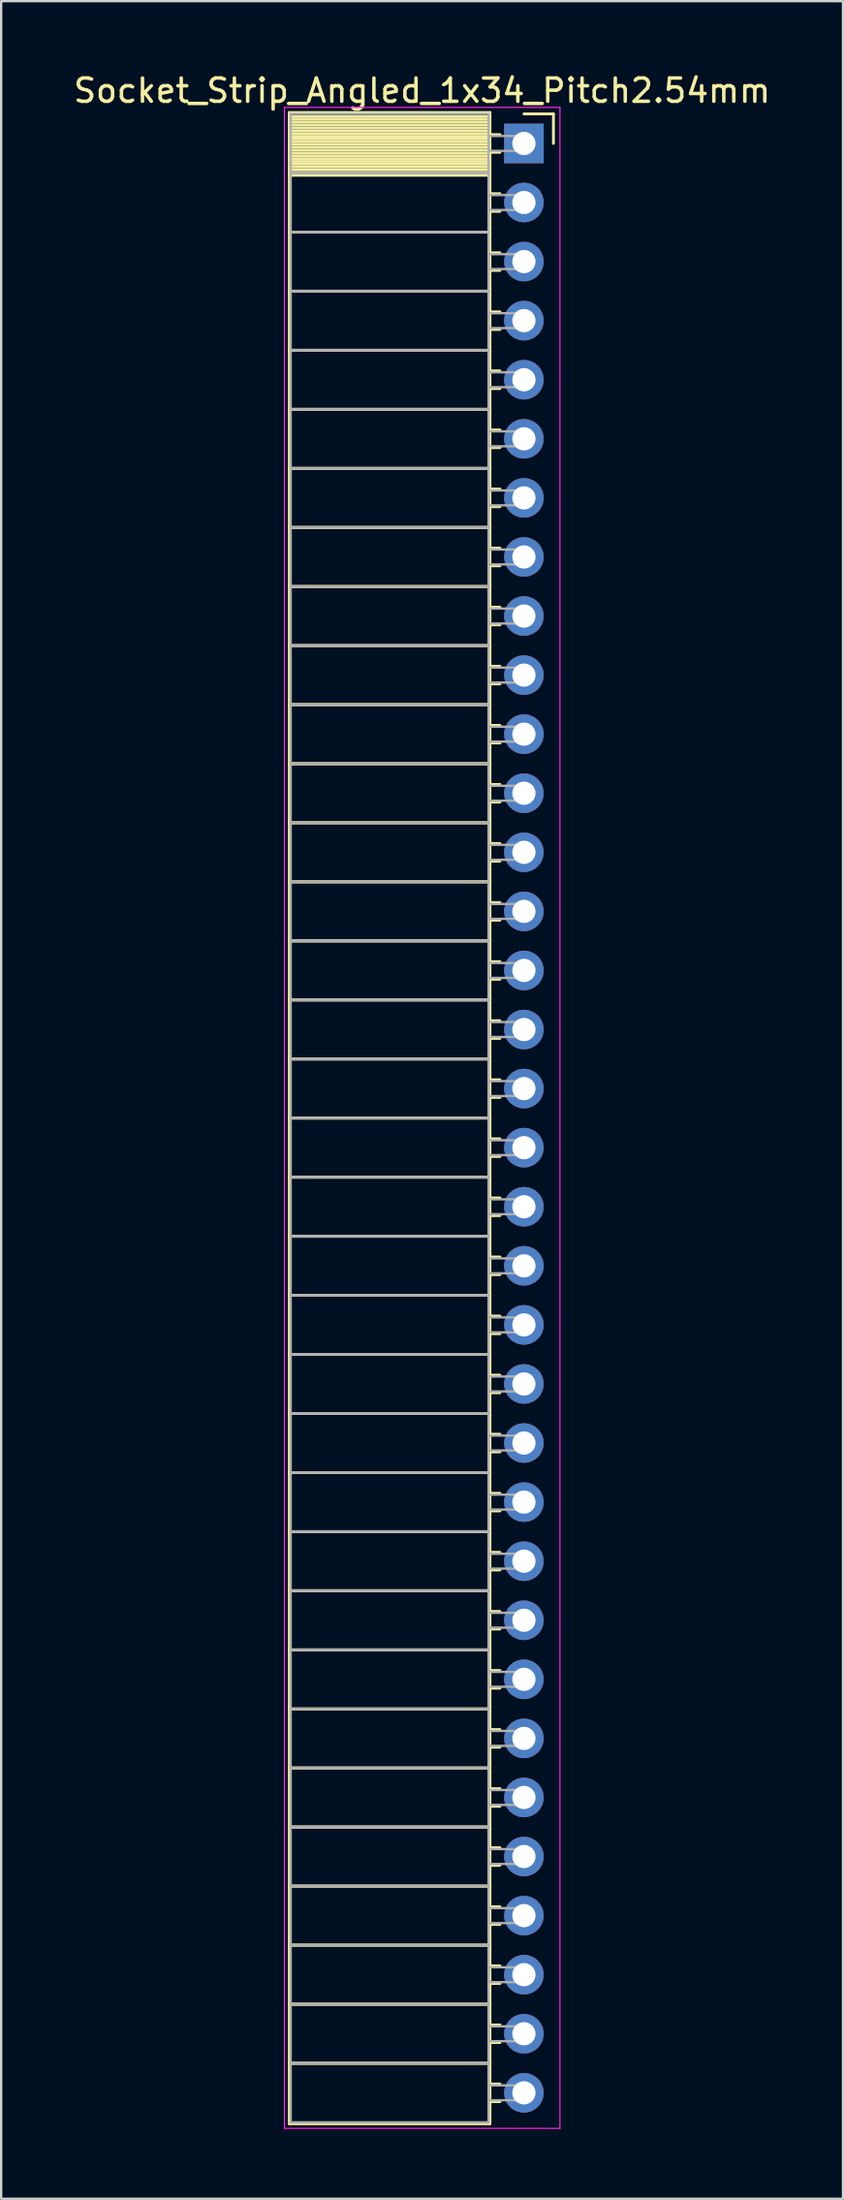
<source format=kicad_pcb>
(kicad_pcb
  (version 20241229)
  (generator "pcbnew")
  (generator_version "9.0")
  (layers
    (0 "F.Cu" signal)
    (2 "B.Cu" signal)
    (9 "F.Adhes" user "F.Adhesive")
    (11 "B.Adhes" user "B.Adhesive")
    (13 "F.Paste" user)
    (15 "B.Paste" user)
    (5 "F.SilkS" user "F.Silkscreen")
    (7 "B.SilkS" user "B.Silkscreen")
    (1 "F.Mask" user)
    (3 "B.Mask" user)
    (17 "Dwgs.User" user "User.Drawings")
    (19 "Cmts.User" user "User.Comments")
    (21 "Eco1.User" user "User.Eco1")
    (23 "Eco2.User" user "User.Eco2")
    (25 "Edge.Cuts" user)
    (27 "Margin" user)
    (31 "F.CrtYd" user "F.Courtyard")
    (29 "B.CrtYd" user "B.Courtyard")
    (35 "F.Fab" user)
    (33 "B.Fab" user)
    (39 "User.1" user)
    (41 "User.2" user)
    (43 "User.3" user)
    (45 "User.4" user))
  (footprint "Socket_Strip_Angled_1x34_Pitch2.54mm"
    (layer "F.Cu")
    (at 19.481 3.118)
    (property "Reference" "Socket_Strip_Angled_1x34_Pitch2.54mm" (at -4.38 -2.27 0) (layer "F.SilkS") (effects (font (size 1 1) (thickness 0.15))))
    (attr through_hole)
    (fp_line (start -10.09 -1.33) (end -1.46 -1.33) (stroke (width 0.12) (type solid)) (layer "F.SilkS"))
    (fp_line (start -10.09 1.27) (end -10.09 -1.33) (stroke (width 0.12) (type solid)) (layer "F.SilkS"))
    (fp_line (start -10.09 1.27) (end -1.46 1.27) (stroke (width 0.12) (type solid)) (layer "F.SilkS"))
    (fp_line (start -10.09 3.81) (end -10.09 1.27) (stroke (width 0.12) (type solid)) (layer "F.SilkS"))
    (fp_line (start -10.09 3.81) (end -1.46 3.81) (stroke (width 0.12) (type solid)) (layer "F.SilkS"))
    (fp_line (start -10.09 6.35) (end -10.09 3.81) (stroke (width 0.12) (type solid)) (layer "F.SilkS"))
    (fp_line (start -10.09 6.35) (end -1.46 6.35) (stroke (width 0.12) (type solid)) (layer "F.SilkS"))
    (fp_line (start -10.09 8.89) (end -10.09 6.35) (stroke (width 0.12) (type solid)) (layer "F.SilkS"))
    (fp_line (start -10.09 8.89) (end -1.46 8.89) (stroke (width 0.12) (type solid)) (layer "F.SilkS"))
    (fp_line (start -10.09 11.43) (end -10.09 8.89) (stroke (width 0.12) (type solid)) (layer "F.SilkS"))
    (fp_line (start -10.09 11.43) (end -1.46 11.43) (stroke (width 0.12) (type solid)) (layer "F.SilkS"))
    (fp_line (start -10.09 13.97) (end -10.09 11.43) (stroke (width 0.12) (type solid)) (layer "F.SilkS"))
    (fp_line (start -10.09 13.97) (end -1.46 13.97) (stroke (width 0.12) (type solid)) (layer "F.SilkS"))
    (fp_line (start -10.09 16.51) (end -10.09 13.97) (stroke (width 0.12) (type solid)) (layer "F.SilkS"))
    (fp_line (start -10.09 16.51) (end -1.46 16.51) (stroke (width 0.12) (type solid)) (layer "F.SilkS"))
    (fp_line (start -10.09 19.05) (end -10.09 16.51) (stroke (width 0.12) (type solid)) (layer "F.SilkS"))
    (fp_line (start -10.09 19.05) (end -1.46 19.05) (stroke (width 0.12) (type solid)) (layer "F.SilkS"))
    (fp_line (start -10.09 21.59) (end -10.09 19.05) (stroke (width 0.12) (type solid)) (layer "F.SilkS"))
    (fp_line (start -10.09 21.59) (end -1.46 21.59) (stroke (width 0.12) (type solid)) (layer "F.SilkS"))
    (fp_line (start -10.09 24.13) (end -10.09 21.59) (stroke (width 0.12) (type solid)) (layer "F.SilkS"))
    (fp_line (start -10.09 24.13) (end -1.46 24.13) (stroke (width 0.12) (type solid)) (layer "F.SilkS"))
    (fp_line (start -10.09 26.67) (end -10.09 24.13) (stroke (width 0.12) (type solid)) (layer "F.SilkS"))
    (fp_line (start -10.09 26.67) (end -1.46 26.67) (stroke (width 0.12) (type solid)) (layer "F.SilkS"))
    (fp_line (start -10.09 29.21) (end -10.09 26.67) (stroke (width 0.12) (type solid)) (layer "F.SilkS"))
    (fp_line (start -10.09 29.21) (end -1.46 29.21) (stroke (width 0.12) (type solid)) (layer "F.SilkS"))
    (fp_line (start -10.09 31.75) (end -10.09 29.21) (stroke (width 0.12) (type solid)) (layer "F.SilkS"))
    (fp_line (start -10.09 31.75) (end -1.46 31.75) (stroke (width 0.12) (type solid)) (layer "F.SilkS"))
    (fp_line (start -10.09 34.29) (end -10.09 31.75) (stroke (width 0.12) (type solid)) (layer "F.SilkS"))
    (fp_line (start -10.09 34.29) (end -1.46 34.29) (stroke (width 0.12) (type solid)) (layer "F.SilkS"))
    (fp_line (start -10.09 36.83) (end -10.09 34.29) (stroke (width 0.12) (type solid)) (layer "F.SilkS"))
    (fp_line (start -10.09 36.83) (end -1.46 36.83) (stroke (width 0.12) (type solid)) (layer "F.SilkS"))
    (fp_line (start -10.09 39.37) (end -10.09 36.83) (stroke (width 0.12) (type solid)) (layer "F.SilkS"))
    (fp_line (start -10.09 39.37) (end -1.46 39.37) (stroke (width 0.12) (type solid)) (layer "F.SilkS"))
    (fp_line (start -10.09 41.91) (end -10.09 39.37) (stroke (width 0.12) (type solid)) (layer "F.SilkS"))
    (fp_line (start -10.09 41.91) (end -1.46 41.91) (stroke (width 0.12) (type solid)) (layer "F.SilkS"))
    (fp_line (start -10.09 44.45) (end -10.09 41.91) (stroke (width 0.12) (type solid)) (layer "F.SilkS"))
    (fp_line (start -10.09 44.45) (end -1.46 44.45) (stroke (width 0.12) (type solid)) (layer "F.SilkS"))
    (fp_line (start -10.09 46.99) (end -10.09 44.45) (stroke (width 0.12) (type solid)) (layer "F.SilkS"))
    (fp_line (start -10.09 46.99) (end -1.46 46.99) (stroke (width 0.12) (type solid)) (layer "F.SilkS"))
    (fp_line (start -10.09 49.53) (end -10.09 46.99) (stroke (width 0.12) (type solid)) (layer "F.SilkS"))
    (fp_line (start -10.09 49.53) (end -1.46 49.53) (stroke (width 0.12) (type solid)) (layer "F.SilkS"))
    (fp_line (start -10.09 52.07) (end -10.09 49.53) (stroke (width 0.12) (type solid)) (layer "F.SilkS"))
    (fp_line (start -10.09 52.07) (end -1.46 52.07) (stroke (width 0.12) (type solid)) (layer "F.SilkS"))
    (fp_line (start -10.09 54.61) (end -10.09 52.07) (stroke (width 0.12) (type solid)) (layer "F.SilkS"))
    (fp_line (start -10.09 54.61) (end -1.46 54.61) (stroke (width 0.12) (type solid)) (layer "F.SilkS"))
    (fp_line (start -10.09 57.15) (end -10.09 54.61) (stroke (width 0.12) (type solid)) (layer "F.SilkS"))
    (fp_line (start -10.09 57.15) (end -1.46 57.15) (stroke (width 0.12) (type solid)) (layer "F.SilkS"))
    (fp_line (start -10.09 59.69) (end -10.09 57.15) (stroke (width 0.12) (type solid)) (layer "F.SilkS"))
    (fp_line (start -10.09 59.69) (end -1.46 59.69) (stroke (width 0.12) (type solid)) (layer "F.SilkS"))
    (fp_line (start -10.09 62.23) (end -10.09 59.69) (stroke (width 0.12) (type solid)) (layer "F.SilkS"))
    (fp_line (start -10.09 62.23) (end -1.46 62.23) (stroke (width 0.12) (type solid)) (layer "F.SilkS"))
    (fp_line (start -10.09 64.77) (end -10.09 62.23) (stroke (width 0.12) (type solid)) (layer "F.SilkS"))
    (fp_line (start -10.09 64.77) (end -1.46 64.77) (stroke (width 0.12) (type solid)) (layer "F.SilkS"))
    (fp_line (start -10.09 67.31) (end -10.09 64.77) (stroke (width 0.12) (type solid)) (layer "F.SilkS"))
    (fp_line (start -10.09 67.31) (end -1.46 67.31) (stroke (width 0.12) (type solid)) (layer "F.SilkS"))
    (fp_line (start -10.09 69.85) (end -10.09 67.31) (stroke (width 0.12) (type solid)) (layer "F.SilkS"))
    (fp_line (start -10.09 69.85) (end -1.46 69.85) (stroke (width 0.12) (type solid)) (layer "F.SilkS"))
    (fp_line (start -10.09 72.39) (end -10.09 69.85) (stroke (width 0.12) (type solid)) (layer "F.SilkS"))
    (fp_line (start -10.09 72.39) (end -1.46 72.39) (stroke (width 0.12) (type solid)) (layer "F.SilkS"))
    (fp_line (start -10.09 74.93) (end -10.09 72.39) (stroke (width 0.12) (type solid)) (layer "F.SilkS"))
    (fp_line (start -10.09 74.93) (end -1.46 74.93) (stroke (width 0.12) (type solid)) (layer "F.SilkS"))
    (fp_line (start -10.09 77.47) (end -10.09 74.93) (stroke (width 0.12) (type solid)) (layer "F.SilkS"))
    (fp_line (start -10.09 77.47) (end -1.46 77.47) (stroke (width 0.12) (type solid)) (layer "F.SilkS"))
    (fp_line (start -10.09 80.01) (end -10.09 77.47) (stroke (width 0.12) (type solid)) (layer "F.SilkS"))
    (fp_line (start -10.09 80.01) (end -1.46 80.01) (stroke (width 0.12) (type solid)) (layer "F.SilkS"))
    (fp_line (start -10.09 82.55) (end -10.09 80.01) (stroke (width 0.12) (type solid)) (layer "F.SilkS"))
    (fp_line (start -10.09 82.55) (end -1.46 82.55) (stroke (width 0.12) (type solid)) (layer "F.SilkS"))
    (fp_line (start -10.09 85.15) (end -10.09 82.55) (stroke (width 0.12) (type solid)) (layer "F.SilkS"))
    (fp_line (start -1.46 -1.33) (end -1.46 1.27) (stroke (width 0.12) (type solid)) (layer "F.SilkS"))
    (fp_line (start -1.46 -1.15) (end -10.09 -1.15) (stroke (width 0.12) (type solid)) (layer "F.SilkS"))
    (fp_line (start -1.46 -1.03) (end -10.09 -1.03) (stroke (width 0.12) (type solid)) (layer "F.SilkS"))
    (fp_line (start -1.46 -0.91) (end -10.09 -0.91) (stroke (width 0.12) (type solid)) (layer "F.SilkS"))
    (fp_line (start -1.46 -0.79) (end -10.09 -0.79) (stroke (width 0.12) (type solid)) (layer "F.SilkS"))
    (fp_line (start -1.46 -0.67) (end -10.09 -0.67) (stroke (width 0.12) (type solid)) (layer "F.SilkS"))
    (fp_line (start -1.46 -0.55) (end -10.09 -0.55) (stroke (width 0.12) (type solid)) (layer "F.SilkS"))
    (fp_line (start -1.46 -0.43) (end -10.09 -0.43) (stroke (width 0.12) (type solid)) (layer "F.SilkS"))
    (fp_line (start -1.46 -0.31) (end -10.09 -0.31) (stroke (width 0.12) (type solid)) (layer "F.SilkS"))
    (fp_line (start -1.46 -0.19) (end -10.09 -0.19) (stroke (width 0.12) (type solid)) (layer "F.SilkS"))
    (fp_line (start -1.46 -0.07) (end -10.09 -0.07) (stroke (width 0.12) (type solid)) (layer "F.SilkS"))
    (fp_line (start -1.46 0.05) (end -10.09 0.05) (stroke (width 0.12) (type solid)) (layer "F.SilkS"))
    (fp_line (start -1.46 0.17) (end -10.09 0.17) (stroke (width 0.12) (type solid)) (layer "F.SilkS"))
    (fp_line (start -1.46 0.29) (end -10.09 0.29) (stroke (width 0.12) (type solid)) (layer "F.SilkS"))
    (fp_line (start -1.46 0.41) (end -10.09 0.41) (stroke (width 0.12) (type solid)) (layer "F.SilkS"))
    (fp_line (start -1.46 0.53) (end -10.09 0.53) (stroke (width 0.12) (type solid)) (layer "F.SilkS"))
    (fp_line (start -1.46 0.65) (end -10.09 0.65) (stroke (width 0.12) (type solid)) (layer "F.SilkS"))
    (fp_line (start -1.46 0.77) (end -10.09 0.77) (stroke (width 0.12) (type solid)) (layer "F.SilkS"))
    (fp_line (start -1.46 0.89) (end -10.09 0.89) (stroke (width 0.12) (type solid)) (layer "F.SilkS"))
    (fp_line (start -1.46 1.01) (end -10.09 1.01) (stroke (width 0.12) (type solid)) (layer "F.SilkS"))
    (fp_line (start -1.46 1.13) (end -10.09 1.13) (stroke (width 0.12) (type solid)) (layer "F.SilkS"))
    (fp_line (start -1.46 1.25) (end -10.09 1.25) (stroke (width 0.12) (type solid)) (layer "F.SilkS"))
    (fp_line (start -1.46 1.27) (end -10.09 1.27) (stroke (width 0.12) (type solid)) (layer "F.SilkS"))
    (fp_line (start -1.46 1.27) (end -1.46 3.81) (stroke (width 0.12) (type solid)) (layer "F.SilkS"))
    (fp_line (start -1.46 1.37) (end -10.09 1.37) (stroke (width 0.12) (type solid)) (layer "F.SilkS"))
    (fp_line (start -1.46 3.81) (end -10.09 3.81) (stroke (width 0.12) (type solid)) (layer "F.SilkS"))
    (fp_line (start -1.46 3.81) (end -1.46 6.35) (stroke (width 0.12) (type solid)) (layer "F.SilkS"))
    (fp_line (start -1.46 6.35) (end -10.09 6.35) (stroke (width 0.12) (type solid)) (layer "F.SilkS"))
    (fp_line (start -1.46 6.35) (end -1.46 8.89) (stroke (width 0.12) (type solid)) (layer "F.SilkS"))
    (fp_line (start -1.46 8.89) (end -10.09 8.89) (stroke (width 0.12) (type solid)) (layer "F.SilkS"))
    (fp_line (start -1.46 8.89) (end -1.46 11.43) (stroke (width 0.12) (type solid)) (layer "F.SilkS"))
    (fp_line (start -1.46 11.43) (end -10.09 11.43) (stroke (width 0.12) (type solid)) (layer "F.SilkS"))
    (fp_line (start -1.46 11.43) (end -1.46 13.97) (stroke (width 0.12) (type solid)) (layer "F.SilkS"))
    (fp_line (start -1.46 13.97) (end -10.09 13.97) (stroke (width 0.12) (type solid)) (layer "F.SilkS"))
    (fp_line (start -1.46 13.97) (end -1.46 16.51) (stroke (width 0.12) (type solid)) (layer "F.SilkS"))
    (fp_line (start -1.46 16.51) (end -10.09 16.51) (stroke (width 0.12) (type solid)) (layer "F.SilkS"))
    (fp_line (start -1.46 16.51) (end -1.46 19.05) (stroke (width 0.12) (type solid)) (layer "F.SilkS"))
    (fp_line (start -1.46 19.05) (end -10.09 19.05) (stroke (width 0.12) (type solid)) (layer "F.SilkS"))
    (fp_line (start -1.46 19.05) (end -1.46 21.59) (stroke (width 0.12) (type solid)) (layer "F.SilkS"))
    (fp_line (start -1.46 21.59) (end -10.09 21.59) (stroke (width 0.12) (type solid)) (layer "F.SilkS"))
    (fp_line (start -1.46 21.59) (end -1.46 24.13) (stroke (width 0.12) (type solid)) (layer "F.SilkS"))
    (fp_line (start -1.46 24.13) (end -10.09 24.13) (stroke (width 0.12) (type solid)) (layer "F.SilkS"))
    (fp_line (start -1.46 24.13) (end -1.46 26.67) (stroke (width 0.12) (type solid)) (layer "F.SilkS"))
    (fp_line (start -1.46 26.67) (end -10.09 26.67) (stroke (width 0.12) (type solid)) (layer "F.SilkS"))
    (fp_line (start -1.46 26.67) (end -1.46 29.21) (stroke (width 0.12) (type solid)) (layer "F.SilkS"))
    (fp_line (start -1.46 29.21) (end -10.09 29.21) (stroke (width 0.12) (type solid)) (layer "F.SilkS"))
    (fp_line (start -1.46 29.21) (end -1.46 31.75) (stroke (width 0.12) (type solid)) (layer "F.SilkS"))
    (fp_line (start -1.46 31.75) (end -10.09 31.75) (stroke (width 0.12) (type solid)) (layer "F.SilkS"))
    (fp_line (start -1.46 31.75) (end -1.46 34.29) (stroke (width 0.12) (type solid)) (layer "F.SilkS"))
    (fp_line (start -1.46 34.29) (end -10.09 34.29) (stroke (width 0.12) (type solid)) (layer "F.SilkS"))
    (fp_line (start -1.46 34.29) (end -1.46 36.83) (stroke (width 0.12) (type solid)) (layer "F.SilkS"))
    (fp_line (start -1.46 36.83) (end -10.09 36.83) (stroke (width 0.12) (type solid)) (layer "F.SilkS"))
    (fp_line (start -1.46 36.83) (end -1.46 39.37) (stroke (width 0.12) (type solid)) (layer "F.SilkS"))
    (fp_line (start -1.46 39.37) (end -10.09 39.37) (stroke (width 0.12) (type solid)) (layer "F.SilkS"))
    (fp_line (start -1.46 39.37) (end -1.46 41.91) (stroke (width 0.12) (type solid)) (layer "F.SilkS"))
    (fp_line (start -1.46 41.91) (end -10.09 41.91) (stroke (width 0.12) (type solid)) (layer "F.SilkS"))
    (fp_line (start -1.46 41.91) (end -1.46 44.45) (stroke (width 0.12) (type solid)) (layer "F.SilkS"))
    (fp_line (start -1.46 44.45) (end -10.09 44.45) (stroke (width 0.12) (type solid)) (layer "F.SilkS"))
    (fp_line (start -1.46 44.45) (end -1.46 46.99) (stroke (width 0.12) (type solid)) (layer "F.SilkS"))
    (fp_line (start -1.46 46.99) (end -10.09 46.99) (stroke (width 0.12) (type solid)) (layer "F.SilkS"))
    (fp_line (start -1.46 46.99) (end -1.46 49.53) (stroke (width 0.12) (type solid)) (layer "F.SilkS"))
    (fp_line (start -1.46 49.53) (end -10.09 49.53) (stroke (width 0.12) (type solid)) (layer "F.SilkS"))
    (fp_line (start -1.46 49.53) (end -1.46 52.07) (stroke (width 0.12) (type solid)) (layer "F.SilkS"))
    (fp_line (start -1.46 52.07) (end -10.09 52.07) (stroke (width 0.12) (type solid)) (layer "F.SilkS"))
    (fp_line (start -1.46 52.07) (end -1.46 54.61) (stroke (width 0.12) (type solid)) (layer "F.SilkS"))
    (fp_line (start -1.46 54.61) (end -10.09 54.61) (stroke (width 0.12) (type solid)) (layer "F.SilkS"))
    (fp_line (start -1.46 54.61) (end -1.46 57.15) (stroke (width 0.12) (type solid)) (layer "F.SilkS"))
    (fp_line (start -1.46 57.15) (end -10.09 57.15) (stroke (width 0.12) (type solid)) (layer "F.SilkS"))
    (fp_line (start -1.46 57.15) (end -1.46 59.69) (stroke (width 0.12) (type solid)) (layer "F.SilkS"))
    (fp_line (start -1.46 59.69) (end -10.09 59.69) (stroke (width 0.12) (type solid)) (layer "F.SilkS"))
    (fp_line (start -1.46 59.69) (end -1.46 62.23) (stroke (width 0.12) (type solid)) (layer "F.SilkS"))
    (fp_line (start -1.46 62.23) (end -10.09 62.23) (stroke (width 0.12) (type solid)) (layer "F.SilkS"))
    (fp_line (start -1.46 62.23) (end -1.46 64.77) (stroke (width 0.12) (type solid)) (layer "F.SilkS"))
    (fp_line (start -1.46 64.77) (end -10.09 64.77) (stroke (width 0.12) (type solid)) (layer "F.SilkS"))
    (fp_line (start -1.46 64.77) (end -1.46 67.31) (stroke (width 0.12) (type solid)) (layer "F.SilkS"))
    (fp_line (start -1.46 67.31) (end -10.09 67.31) (stroke (width 0.12) (type solid)) (layer "F.SilkS"))
    (fp_line (start -1.46 67.31) (end -1.46 69.85) (stroke (width 0.12) (type solid)) (layer "F.SilkS"))
    (fp_line (start -1.46 69.85) (end -10.09 69.85) (stroke (width 0.12) (type solid)) (layer "F.SilkS"))
    (fp_line (start -1.46 69.85) (end -1.46 72.39) (stroke (width 0.12) (type solid)) (layer "F.SilkS"))
    (fp_line (start -1.46 72.39) (end -10.09 72.39) (stroke (width 0.12) (type solid)) (layer "F.SilkS"))
    (fp_line (start -1.46 72.39) (end -1.46 74.93) (stroke (width 0.12) (type solid)) (layer "F.SilkS"))
    (fp_line (start -1.46 74.93) (end -10.09 74.93) (stroke (width 0.12) (type solid)) (layer "F.SilkS"))
    (fp_line (start -1.46 74.93) (end -1.46 77.47) (stroke (width 0.12) (type solid)) (layer "F.SilkS"))
    (fp_line (start -1.46 77.47) (end -10.09 77.47) (stroke (width 0.12) (type solid)) (layer "F.SilkS"))
    (fp_line (start -1.46 77.47) (end -1.46 80.01) (stroke (width 0.12) (type solid)) (layer "F.SilkS"))
    (fp_line (start -1.46 80.01) (end -10.09 80.01) (stroke (width 0.12) (type solid)) (layer "F.SilkS"))
    (fp_line (start -1.46 80.01) (end -1.46 82.55) (stroke (width 0.12) (type solid)) (layer "F.SilkS"))
    (fp_line (start -1.46 82.55) (end -10.09 82.55) (stroke (width 0.12) (type solid)) (layer "F.SilkS"))
    (fp_line (start -1.46 82.55) (end -1.46 85.15) (stroke (width 0.12) (type solid)) (layer "F.SilkS"))
    (fp_line (start -1.46 85.15) (end -10.09 85.15) (stroke (width 0.12) (type solid)) (layer "F.SilkS"))
    (fp_line (start -1.03 -0.38) (end -1.46 -0.38) (stroke (width 0.12) (type solid)) (layer "F.SilkS"))
    (fp_line (start -1.03 0.38) (end -1.46 0.38) (stroke (width 0.12) (type solid)) (layer "F.SilkS"))
    (fp_line (start -1.03 2.16) (end -1.46 2.16) (stroke (width 0.12) (type solid)) (layer "F.SilkS"))
    (fp_line (start -1.03 2.92) (end -1.46 2.92) (stroke (width 0.12) (type solid)) (layer "F.SilkS"))
    (fp_line (start -1.03 4.7) (end -1.46 4.7) (stroke (width 0.12) (type solid)) (layer "F.SilkS"))
    (fp_line (start -1.03 5.46) (end -1.46 5.46) (stroke (width 0.12) (type solid)) (layer "F.SilkS"))
    (fp_line (start -1.03 7.24) (end -1.46 7.24) (stroke (width 0.12) (type solid)) (layer "F.SilkS"))
    (fp_line (start -1.03 8) (end -1.46 8) (stroke (width 0.12) (type solid)) (layer "F.SilkS"))
    (fp_line (start -1.03 9.78) (end -1.46 9.78) (stroke (width 0.12) (type solid)) (layer "F.SilkS"))
    (fp_line (start -1.03 10.54) (end -1.46 10.54) (stroke (width 0.12) (type solid)) (layer "F.SilkS"))
    (fp_line (start -1.03 12.32) (end -1.46 12.32) (stroke (width 0.12) (type solid)) (layer "F.SilkS"))
    (fp_line (start -1.03 13.08) (end -1.46 13.08) (stroke (width 0.12) (type solid)) (layer "F.SilkS"))
    (fp_line (start -1.03 14.86) (end -1.46 14.86) (stroke (width 0.12) (type solid)) (layer "F.SilkS"))
    (fp_line (start -1.03 15.62) (end -1.46 15.62) (stroke (width 0.12) (type solid)) (layer "F.SilkS"))
    (fp_line (start -1.03 17.4) (end -1.46 17.4) (stroke (width 0.12) (type solid)) (layer "F.SilkS"))
    (fp_line (start -1.03 18.16) (end -1.46 18.16) (stroke (width 0.12) (type solid)) (layer "F.SilkS"))
    (fp_line (start -1.03 19.94) (end -1.46 19.94) (stroke (width 0.12) (type solid)) (layer "F.SilkS"))
    (fp_line (start -1.03 20.7) (end -1.46 20.7) (stroke (width 0.12) (type solid)) (layer "F.SilkS"))
    (fp_line (start -1.03 22.48) (end -1.46 22.48) (stroke (width 0.12) (type solid)) (layer "F.SilkS"))
    (fp_line (start -1.03 23.24) (end -1.46 23.24) (stroke (width 0.12) (type solid)) (layer "F.SilkS"))
    (fp_line (start -1.03 25.02) (end -1.46 25.02) (stroke (width 0.12) (type solid)) (layer "F.SilkS"))
    (fp_line (start -1.03 25.78) (end -1.46 25.78) (stroke (width 0.12) (type solid)) (layer "F.SilkS"))
    (fp_line (start -1.03 27.56) (end -1.46 27.56) (stroke (width 0.12) (type solid)) (layer "F.SilkS"))
    (fp_line (start -1.03 28.32) (end -1.46 28.32) (stroke (width 0.12) (type solid)) (layer "F.SilkS"))
    (fp_line (start -1.03 30.1) (end -1.46 30.1) (stroke (width 0.12) (type solid)) (layer "F.SilkS"))
    (fp_line (start -1.03 30.86) (end -1.46 30.86) (stroke (width 0.12) (type solid)) (layer "F.SilkS"))
    (fp_line (start -1.03 32.64) (end -1.46 32.64) (stroke (width 0.12) (type solid)) (layer "F.SilkS"))
    (fp_line (start -1.03 33.4) (end -1.46 33.4) (stroke (width 0.12) (type solid)) (layer "F.SilkS"))
    (fp_line (start -1.03 35.18) (end -1.46 35.18) (stroke (width 0.12) (type solid)) (layer "F.SilkS"))
    (fp_line (start -1.03 35.94) (end -1.46 35.94) (stroke (width 0.12) (type solid)) (layer "F.SilkS"))
    (fp_line (start -1.03 37.72) (end -1.46 37.72) (stroke (width 0.12) (type solid)) (layer "F.SilkS"))
    (fp_line (start -1.03 38.48) (end -1.46 38.48) (stroke (width 0.12) (type solid)) (layer "F.SilkS"))
    (fp_line (start -1.03 40.26) (end -1.46 40.26) (stroke (width 0.12) (type solid)) (layer "F.SilkS"))
    (fp_line (start -1.03 41.02) (end -1.46 41.02) (stroke (width 0.12) (type solid)) (layer "F.SilkS"))
    (fp_line (start -1.03 42.8) (end -1.46 42.8) (stroke (width 0.12) (type solid)) (layer "F.SilkS"))
    (fp_line (start -1.03 43.56) (end -1.46 43.56) (stroke (width 0.12) (type solid)) (layer "F.SilkS"))
    (fp_line (start -1.03 45.34) (end -1.46 45.34) (stroke (width 0.12) (type solid)) (layer "F.SilkS"))
    (fp_line (start -1.03 46.1) (end -1.46 46.1) (stroke (width 0.12) (type solid)) (layer "F.SilkS"))
    (fp_line (start -1.03 47.88) (end -1.46 47.88) (stroke (width 0.12) (type solid)) (layer "F.SilkS"))
    (fp_line (start -1.03 48.64) (end -1.46 48.64) (stroke (width 0.12) (type solid)) (layer "F.SilkS"))
    (fp_line (start -1.03 50.42) (end -1.46 50.42) (stroke (width 0.12) (type solid)) (layer "F.SilkS"))
    (fp_line (start -1.03 51.18) (end -1.46 51.18) (stroke (width 0.12) (type solid)) (layer "F.SilkS"))
    (fp_line (start -1.03 52.96) (end -1.46 52.96) (stroke (width 0.12) (type solid)) (layer "F.SilkS"))
    (fp_line (start -1.03 53.72) (end -1.46 53.72) (stroke (width 0.12) (type solid)) (layer "F.SilkS"))
    (fp_line (start -1.03 55.5) (end -1.46 55.5) (stroke (width 0.12) (type solid)) (layer "F.SilkS"))
    (fp_line (start -1.03 56.26) (end -1.46 56.26) (stroke (width 0.12) (type solid)) (layer "F.SilkS"))
    (fp_line (start -1.03 58.04) (end -1.46 58.04) (stroke (width 0.12) (type solid)) (layer "F.SilkS"))
    (fp_line (start -1.03 58.8) (end -1.46 58.8) (stroke (width 0.12) (type solid)) (layer "F.SilkS"))
    (fp_line (start -1.03 60.58) (end -1.46 60.58) (stroke (width 0.12) (type solid)) (layer "F.SilkS"))
    (fp_line (start -1.03 61.34) (end -1.46 61.34) (stroke (width 0.12) (type solid)) (layer "F.SilkS"))
    (fp_line (start -1.03 63.12) (end -1.46 63.12) (stroke (width 0.12) (type solid)) (layer "F.SilkS"))
    (fp_line (start -1.03 63.88) (end -1.46 63.88) (stroke (width 0.12) (type solid)) (layer "F.SilkS"))
    (fp_line (start -1.03 65.66) (end -1.46 65.66) (stroke (width 0.12) (type solid)) (layer "F.SilkS"))
    (fp_line (start -1.03 66.42) (end -1.46 66.42) (stroke (width 0.12) (type solid)) (layer "F.SilkS"))
    (fp_line (start -1.03 68.2) (end -1.46 68.2) (stroke (width 0.12) (type solid)) (layer "F.SilkS"))
    (fp_line (start -1.03 68.96) (end -1.46 68.96) (stroke (width 0.12) (type solid)) (layer "F.SilkS"))
    (fp_line (start -1.03 70.74) (end -1.46 70.74) (stroke (width 0.12) (type solid)) (layer "F.SilkS"))
    (fp_line (start -1.03 71.5) (end -1.46 71.5) (stroke (width 0.12) (type solid)) (layer "F.SilkS"))
    (fp_line (start -1.03 73.28) (end -1.46 73.28) (stroke (width 0.12) (type solid)) (layer "F.SilkS"))
    (fp_line (start -1.03 74.04) (end -1.46 74.04) (stroke (width 0.12) (type solid)) (layer "F.SilkS"))
    (fp_line (start -1.03 75.82) (end -1.46 75.82) (stroke (width 0.12) (type solid)) (layer "F.SilkS"))
    (fp_line (start -1.03 76.58) (end -1.46 76.58) (stroke (width 0.12) (type solid)) (layer "F.SilkS"))
    (fp_line (start -1.03 78.36) (end -1.46 78.36) (stroke (width 0.12) (type solid)) (layer "F.SilkS"))
    (fp_line (start -1.03 79.12) (end -1.46 79.12) (stroke (width 0.12) (type solid)) (layer "F.SilkS"))
    (fp_line (start -1.03 80.9) (end -1.46 80.9) (stroke (width 0.12) (type solid)) (layer "F.SilkS"))
    (fp_line (start -1.03 81.66) (end -1.46 81.66) (stroke (width 0.12) (type solid)) (layer "F.SilkS"))
    (fp_line (start -1.03 83.44) (end -1.46 83.44) (stroke (width 0.12) (type solid)) (layer "F.SilkS"))
    (fp_line (start -1.03 84.2) (end -1.46 84.2) (stroke (width 0.12) (type solid)) (layer "F.SilkS"))
    (fp_line (start 0 -1.27) (end 1.27 -1.27) (stroke (width 0.12) (type solid)) (layer "F.SilkS"))
    (fp_line (start 1.27 -1.27) (end 1.27 0) (stroke (width 0.12) (type solid)) (layer "F.SilkS"))
    (fp_line (start -10.3 -1.55) (end 1.55 -1.55) (stroke (width 0.05) (type solid)) (layer "F.CrtYd"))
    (fp_line (start -10.3 85.35) (end -10.3 -1.55) (stroke (width 0.05) (type solid)) (layer "F.CrtYd"))
    (fp_line (start 1.55 -1.55) (end 1.55 85.35) (stroke (width 0.05) (type solid)) (layer "F.CrtYd"))
    (fp_line (start 1.55 85.35) (end -10.3 85.35) (stroke (width 0.05) (type solid)) (layer "F.CrtYd"))
    (fp_line (start -10.03 -1.27) (end -1.52 -1.27) (stroke (width 0.1) (type solid)) (layer "F.Fab"))
    (fp_line (start -10.03 1.27) (end -10.03 -1.27) (stroke (width 0.1) (type solid)) (layer "F.Fab"))
    (fp_line (start -10.03 1.27) (end -1.52 1.27) (stroke (width 0.1) (type solid)) (layer "F.Fab"))
    (fp_line (start -10.03 3.81) (end -10.03 1.27) (stroke (width 0.1) (type solid)) (layer "F.Fab"))
    (fp_line (start -10.03 3.81) (end -1.52 3.81) (stroke (width 0.1) (type solid)) (layer "F.Fab"))
    (fp_line (start -10.03 6.35) (end -10.03 3.81) (stroke (width 0.1) (type solid)) (layer "F.Fab"))
    (fp_line (start -10.03 6.35) (end -1.52 6.35) (stroke (width 0.1) (type solid)) (layer "F.Fab"))
    (fp_line (start -10.03 8.89) (end -10.03 6.35) (stroke (width 0.1) (type solid)) (layer "F.Fab"))
    (fp_line (start -10.03 8.89) (end -1.52 8.89) (stroke (width 0.1) (type solid)) (layer "F.Fab"))
    (fp_line (start -10.03 11.43) (end -10.03 8.89) (stroke (width 0.1) (type solid)) (layer "F.Fab"))
    (fp_line (start -10.03 11.43) (end -1.52 11.43) (stroke (width 0.1) (type solid)) (layer "F.Fab"))
    (fp_line (start -10.03 13.97) (end -10.03 11.43) (stroke (width 0.1) (type solid)) (layer "F.Fab"))
    (fp_line (start -10.03 13.97) (end -1.52 13.97) (stroke (width 0.1) (type solid)) (layer "F.Fab"))
    (fp_line (start -10.03 16.51) (end -10.03 13.97) (stroke (width 0.1) (type solid)) (layer "F.Fab"))
    (fp_line (start -10.03 16.51) (end -1.52 16.51) (stroke (width 0.1) (type solid)) (layer "F.Fab"))
    (fp_line (start -10.03 19.05) (end -10.03 16.51) (stroke (width 0.1) (type solid)) (layer "F.Fab"))
    (fp_line (start -10.03 19.05) (end -1.52 19.05) (stroke (width 0.1) (type solid)) (layer "F.Fab"))
    (fp_line (start -10.03 21.59) (end -10.03 19.05) (stroke (width 0.1) (type solid)) (layer "F.Fab"))
    (fp_line (start -10.03 21.59) (end -1.52 21.59) (stroke (width 0.1) (type solid)) (layer "F.Fab"))
    (fp_line (start -10.03 24.13) (end -10.03 21.59) (stroke (width 0.1) (type solid)) (layer "F.Fab"))
    (fp_line (start -10.03 24.13) (end -1.52 24.13) (stroke (width 0.1) (type solid)) (layer "F.Fab"))
    (fp_line (start -10.03 26.67) (end -10.03 24.13) (stroke (width 0.1) (type solid)) (layer "F.Fab"))
    (fp_line (start -10.03 26.67) (end -1.52 26.67) (stroke (width 0.1) (type solid)) (layer "F.Fab"))
    (fp_line (start -10.03 29.21) (end -10.03 26.67) (stroke (width 0.1) (type solid)) (layer "F.Fab"))
    (fp_line (start -10.03 29.21) (end -1.52 29.21) (stroke (width 0.1) (type solid)) (layer "F.Fab"))
    (fp_line (start -10.03 31.75) (end -10.03 29.21) (stroke (width 0.1) (type solid)) (layer "F.Fab"))
    (fp_line (start -10.03 31.75) (end -1.52 31.75) (stroke (width 0.1) (type solid)) (layer "F.Fab"))
    (fp_line (start -10.03 34.29) (end -10.03 31.75) (stroke (width 0.1) (type solid)) (layer "F.Fab"))
    (fp_line (start -10.03 34.29) (end -1.52 34.29) (stroke (width 0.1) (type solid)) (layer "F.Fab"))
    (fp_line (start -10.03 36.83) (end -10.03 34.29) (stroke (width 0.1) (type solid)) (layer "F.Fab"))
    (fp_line (start -10.03 36.83) (end -1.52 36.83) (stroke (width 0.1) (type solid)) (layer "F.Fab"))
    (fp_line (start -10.03 39.37) (end -10.03 36.83) (stroke (width 0.1) (type solid)) (layer "F.Fab"))
    (fp_line (start -10.03 39.37) (end -1.52 39.37) (stroke (width 0.1) (type solid)) (layer "F.Fab"))
    (fp_line (start -10.03 41.91) (end -10.03 39.37) (stroke (width 0.1) (type solid)) (layer "F.Fab"))
    (fp_line (start -10.03 41.91) (end -1.52 41.91) (stroke (width 0.1) (type solid)) (layer "F.Fab"))
    (fp_line (start -10.03 44.45) (end -10.03 41.91) (stroke (width 0.1) (type solid)) (layer "F.Fab"))
    (fp_line (start -10.03 44.45) (end -1.52 44.45) (stroke (width 0.1) (type solid)) (layer "F.Fab"))
    (fp_line (start -10.03 46.99) (end -10.03 44.45) (stroke (width 0.1) (type solid)) (layer "F.Fab"))
    (fp_line (start -10.03 46.99) (end -1.52 46.99) (stroke (width 0.1) (type solid)) (layer "F.Fab"))
    (fp_line (start -10.03 49.53) (end -10.03 46.99) (stroke (width 0.1) (type solid)) (layer "F.Fab"))
    (fp_line (start -10.03 49.53) (end -1.52 49.53) (stroke (width 0.1) (type solid)) (layer "F.Fab"))
    (fp_line (start -10.03 52.07) (end -10.03 49.53) (stroke (width 0.1) (type solid)) (layer "F.Fab"))
    (fp_line (start -10.03 52.07) (end -1.52 52.07) (stroke (width 0.1) (type solid)) (layer "F.Fab"))
    (fp_line (start -10.03 54.61) (end -10.03 52.07) (stroke (width 0.1) (type solid)) (layer "F.Fab"))
    (fp_line (start -10.03 54.61) (end -1.52 54.61) (stroke (width 0.1) (type solid)) (layer "F.Fab"))
    (fp_line (start -10.03 57.15) (end -10.03 54.61) (stroke (width 0.1) (type solid)) (layer "F.Fab"))
    (fp_line (start -10.03 57.15) (end -1.52 57.15) (stroke (width 0.1) (type solid)) (layer "F.Fab"))
    (fp_line (start -10.03 59.69) (end -10.03 57.15) (stroke (width 0.1) (type solid)) (layer "F.Fab"))
    (fp_line (start -10.03 59.69) (end -1.52 59.69) (stroke (width 0.1) (type solid)) (layer "F.Fab"))
    (fp_line (start -10.03 62.23) (end -10.03 59.69) (stroke (width 0.1) (type solid)) (layer "F.Fab"))
    (fp_line (start -10.03 62.23) (end -1.52 62.23) (stroke (width 0.1) (type solid)) (layer "F.Fab"))
    (fp_line (start -10.03 64.77) (end -10.03 62.23) (stroke (width 0.1) (type solid)) (layer "F.Fab"))
    (fp_line (start -10.03 64.77) (end -1.52 64.77) (stroke (width 0.1) (type solid)) (layer "F.Fab"))
    (fp_line (start -10.03 67.31) (end -10.03 64.77) (stroke (width 0.1) (type solid)) (layer "F.Fab"))
    (fp_line (start -10.03 67.31) (end -1.52 67.31) (stroke (width 0.1) (type solid)) (layer "F.Fab"))
    (fp_line (start -10.03 69.85) (end -10.03 67.31) (stroke (width 0.1) (type solid)) (layer "F.Fab"))
    (fp_line (start -10.03 69.85) (end -1.52 69.85) (stroke (width 0.1) (type solid)) (layer "F.Fab"))
    (fp_line (start -10.03 72.39) (end -10.03 69.85) (stroke (width 0.1) (type solid)) (layer "F.Fab"))
    (fp_line (start -10.03 72.39) (end -1.52 72.39) (stroke (width 0.1) (type solid)) (layer "F.Fab"))
    (fp_line (start -10.03 74.93) (end -10.03 72.39) (stroke (width 0.1) (type solid)) (layer "F.Fab"))
    (fp_line (start -10.03 74.93) (end -1.52 74.93) (stroke (width 0.1) (type solid)) (layer "F.Fab"))
    (fp_line (start -10.03 77.47) (end -10.03 74.93) (stroke (width 0.1) (type solid)) (layer "F.Fab"))
    (fp_line (start -10.03 77.47) (end -1.52 77.47) (stroke (width 0.1) (type solid)) (layer "F.Fab"))
    (fp_line (start -10.03 80.01) (end -10.03 77.47) (stroke (width 0.1) (type solid)) (layer "F.Fab"))
    (fp_line (start -10.03 80.01) (end -1.52 80.01) (stroke (width 0.1) (type solid)) (layer "F.Fab"))
    (fp_line (start -10.03 82.55) (end -10.03 80.01) (stroke (width 0.1) (type solid)) (layer "F.Fab"))
    (fp_line (start -10.03 82.55) (end -1.52 82.55) (stroke (width 0.1) (type solid)) (layer "F.Fab"))
    (fp_line (start -10.03 85.09) (end -10.03 82.55) (stroke (width 0.1) (type solid)) (layer "F.Fab"))
    (fp_line (start -1.52 -1.27) (end -1.52 1.27) (stroke (width 0.1) (type solid)) (layer "F.Fab"))
    (fp_line (start -1.52 -0.32) (end 0 -0.32) (stroke (width 0.1) (type solid)) (layer "F.Fab"))
    (fp_line (start -1.52 0.32) (end -1.52 -0.32) (stroke (width 0.1) (type solid)) (layer "F.Fab"))
    (fp_line (start -1.52 1.27) (end -10.03 1.27) (stroke (width 0.1) (type solid)) (layer "F.Fab"))
    (fp_line (start -1.52 1.27) (end -1.52 3.81) (stroke (width 0.1) (type solid)) (layer "F.Fab"))
    (fp_line (start -1.52 2.22) (end 0 2.22) (stroke (width 0.1) (type solid)) (layer "F.Fab"))
    (fp_line (start -1.52 2.86) (end -1.52 2.22) (stroke (width 0.1) (type solid)) (layer "F.Fab"))
    (fp_line (start -1.52 3.81) (end -10.03 3.81) (stroke (width 0.1) (type solid)) (layer "F.Fab"))
    (fp_line (start -1.52 3.81) (end -1.52 6.35) (stroke (width 0.1) (type solid)) (layer "F.Fab"))
    (fp_line (start -1.52 4.76) (end 0 4.76) (stroke (width 0.1) (type solid)) (layer "F.Fab"))
    (fp_line (start -1.52 5.4) (end -1.52 4.76) (stroke (width 0.1) (type solid)) (layer "F.Fab"))
    (fp_line (start -1.52 6.35) (end -10.03 6.35) (stroke (width 0.1) (type solid)) (layer "F.Fab"))
    (fp_line (start -1.52 6.35) (end -1.52 8.89) (stroke (width 0.1) (type solid)) (layer "F.Fab"))
    (fp_line (start -1.52 7.3) (end 0 7.3) (stroke (width 0.1) (type solid)) (layer "F.Fab"))
    (fp_line (start -1.52 7.94) (end -1.52 7.3) (stroke (width 0.1) (type solid)) (layer "F.Fab"))
    (fp_line (start -1.52 8.89) (end -10.03 8.89) (stroke (width 0.1) (type solid)) (layer "F.Fab"))
    (fp_line (start -1.52 8.89) (end -1.52 11.43) (stroke (width 0.1) (type solid)) (layer "F.Fab"))
    (fp_line (start -1.52 9.84) (end 0 9.84) (stroke (width 0.1) (type solid)) (layer "F.Fab"))
    (fp_line (start -1.52 10.48) (end -1.52 9.84) (stroke (width 0.1) (type solid)) (layer "F.Fab"))
    (fp_line (start -1.52 11.43) (end -10.03 11.43) (stroke (width 0.1) (type solid)) (layer "F.Fab"))
    (fp_line (start -1.52 11.43) (end -1.52 13.97) (stroke (width 0.1) (type solid)) (layer "F.Fab"))
    (fp_line (start -1.52 12.38) (end 0 12.38) (stroke (width 0.1) (type solid)) (layer "F.Fab"))
    (fp_line (start -1.52 13.02) (end -1.52 12.38) (stroke (width 0.1) (type solid)) (layer "F.Fab"))
    (fp_line (start -1.52 13.97) (end -10.03 13.97) (stroke (width 0.1) (type solid)) (layer "F.Fab"))
    (fp_line (start -1.52 13.97) (end -1.52 16.51) (stroke (width 0.1) (type solid)) (layer "F.Fab"))
    (fp_line (start -1.52 14.92) (end 0 14.92) (stroke (width 0.1) (type solid)) (layer "F.Fab"))
    (fp_line (start -1.52 15.56) (end -1.52 14.92) (stroke (width 0.1) (type solid)) (layer "F.Fab"))
    (fp_line (start -1.52 16.51) (end -10.03 16.51) (stroke (width 0.1) (type solid)) (layer "F.Fab"))
    (fp_line (start -1.52 16.51) (end -1.52 19.05) (stroke (width 0.1) (type solid)) (layer "F.Fab"))
    (fp_line (start -1.52 17.46) (end 0 17.46) (stroke (width 0.1) (type solid)) (layer "F.Fab"))
    (fp_line (start -1.52 18.1) (end -1.52 17.46) (stroke (width 0.1) (type solid)) (layer "F.Fab"))
    (fp_line (start -1.52 19.05) (end -10.03 19.05) (stroke (width 0.1) (type solid)) (layer "F.Fab"))
    (fp_line (start -1.52 19.05) (end -1.52 21.59) (stroke (width 0.1) (type solid)) (layer "F.Fab"))
    (fp_line (start -1.52 20) (end 0 20) (stroke (width 0.1) (type solid)) (layer "F.Fab"))
    (fp_line (start -1.52 20.64) (end -1.52 20) (stroke (width 0.1) (type solid)) (layer "F.Fab"))
    (fp_line (start -1.52 21.59) (end -10.03 21.59) (stroke (width 0.1) (type solid)) (layer "F.Fab"))
    (fp_line (start -1.52 21.59) (end -1.52 24.13) (stroke (width 0.1) (type solid)) (layer "F.Fab"))
    (fp_line (start -1.52 22.54) (end 0 22.54) (stroke (width 0.1) (type solid)) (layer "F.Fab"))
    (fp_line (start -1.52 23.18) (end -1.52 22.54) (stroke (width 0.1) (type solid)) (layer "F.Fab"))
    (fp_line (start -1.52 24.13) (end -10.03 24.13) (stroke (width 0.1) (type solid)) (layer "F.Fab"))
    (fp_line (start -1.52 24.13) (end -1.52 26.67) (stroke (width 0.1) (type solid)) (layer "F.Fab"))
    (fp_line (start -1.52 25.08) (end 0 25.08) (stroke (width 0.1) (type solid)) (layer "F.Fab"))
    (fp_line (start -1.52 25.72) (end -1.52 25.08) (stroke (width 0.1) (type solid)) (layer "F.Fab"))
    (fp_line (start -1.52 26.67) (end -10.03 26.67) (stroke (width 0.1) (type solid)) (layer "F.Fab"))
    (fp_line (start -1.52 26.67) (end -1.52 29.21) (stroke (width 0.1) (type solid)) (layer "F.Fab"))
    (fp_line (start -1.52 27.62) (end 0 27.62) (stroke (width 0.1) (type solid)) (layer "F.Fab"))
    (fp_line (start -1.52 28.26) (end -1.52 27.62) (stroke (width 0.1) (type solid)) (layer "F.Fab"))
    (fp_line (start -1.52 29.21) (end -10.03 29.21) (stroke (width 0.1) (type solid)) (layer "F.Fab"))
    (fp_line (start -1.52 29.21) (end -1.52 31.75) (stroke (width 0.1) (type solid)) (layer "F.Fab"))
    (fp_line (start -1.52 30.16) (end 0 30.16) (stroke (width 0.1) (type solid)) (layer "F.Fab"))
    (fp_line (start -1.52 30.8) (end -1.52 30.16) (stroke (width 0.1) (type solid)) (layer "F.Fab"))
    (fp_line (start -1.52 31.75) (end -10.03 31.75) (stroke (width 0.1) (type solid)) (layer "F.Fab"))
    (fp_line (start -1.52 31.75) (end -1.52 34.29) (stroke (width 0.1) (type solid)) (layer "F.Fab"))
    (fp_line (start -1.52 32.7) (end 0 32.7) (stroke (width 0.1) (type solid)) (layer "F.Fab"))
    (fp_line (start -1.52 33.34) (end -1.52 32.7) (stroke (width 0.1) (type solid)) (layer "F.Fab"))
    (fp_line (start -1.52 34.29) (end -10.03 34.29) (stroke (width 0.1) (type solid)) (layer "F.Fab"))
    (fp_line (start -1.52 34.29) (end -1.52 36.83) (stroke (width 0.1) (type solid)) (layer "F.Fab"))
    (fp_line (start -1.52 35.24) (end 0 35.24) (stroke (width 0.1) (type solid)) (layer "F.Fab"))
    (fp_line (start -1.52 35.88) (end -1.52 35.24) (stroke (width 0.1) (type solid)) (layer "F.Fab"))
    (fp_line (start -1.52 36.83) (end -10.03 36.83) (stroke (width 0.1) (type solid)) (layer "F.Fab"))
    (fp_line (start -1.52 36.83) (end -1.52 39.37) (stroke (width 0.1) (type solid)) (layer "F.Fab"))
    (fp_line (start -1.52 37.78) (end 0 37.78) (stroke (width 0.1) (type solid)) (layer "F.Fab"))
    (fp_line (start -1.52 38.42) (end -1.52 37.78) (stroke (width 0.1) (type solid)) (layer "F.Fab"))
    (fp_line (start -1.52 39.37) (end -10.03 39.37) (stroke (width 0.1) (type solid)) (layer "F.Fab"))
    (fp_line (start -1.52 39.37) (end -1.52 41.91) (stroke (width 0.1) (type solid)) (layer "F.Fab"))
    (fp_line (start -1.52 40.32) (end 0 40.32) (stroke (width 0.1) (type solid)) (layer "F.Fab"))
    (fp_line (start -1.52 40.96) (end -1.52 40.32) (stroke (width 0.1) (type solid)) (layer "F.Fab"))
    (fp_line (start -1.52 41.91) (end -10.03 41.91) (stroke (width 0.1) (type solid)) (layer "F.Fab"))
    (fp_line (start -1.52 41.91) (end -1.52 44.45) (stroke (width 0.1) (type solid)) (layer "F.Fab"))
    (fp_line (start -1.52 42.86) (end 0 42.86) (stroke (width 0.1) (type solid)) (layer "F.Fab"))
    (fp_line (start -1.52 43.5) (end -1.52 42.86) (stroke (width 0.1) (type solid)) (layer "F.Fab"))
    (fp_line (start -1.52 44.45) (end -10.03 44.45) (stroke (width 0.1) (type solid)) (layer "F.Fab"))
    (fp_line (start -1.52 44.45) (end -1.52 46.99) (stroke (width 0.1) (type solid)) (layer "F.Fab"))
    (fp_line (start -1.52 45.4) (end 0 45.4) (stroke (width 0.1) (type solid)) (layer "F.Fab"))
    (fp_line (start -1.52 46.04) (end -1.52 45.4) (stroke (width 0.1) (type solid)) (layer "F.Fab"))
    (fp_line (start -1.52 46.99) (end -10.03 46.99) (stroke (width 0.1) (type solid)) (layer "F.Fab"))
    (fp_line (start -1.52 46.99) (end -1.52 49.53) (stroke (width 0.1) (type solid)) (layer "F.Fab"))
    (fp_line (start -1.52 47.94) (end 0 47.94) (stroke (width 0.1) (type solid)) (layer "F.Fab"))
    (fp_line (start -1.52 48.58) (end -1.52 47.94) (stroke (width 0.1) (type solid)) (layer "F.Fab"))
    (fp_line (start -1.52 49.53) (end -10.03 49.53) (stroke (width 0.1) (type solid)) (layer "F.Fab"))
    (fp_line (start -1.52 49.53) (end -1.52 52.07) (stroke (width 0.1) (type solid)) (layer "F.Fab"))
    (fp_line (start -1.52 50.48) (end 0 50.48) (stroke (width 0.1) (type solid)) (layer "F.Fab"))
    (fp_line (start -1.52 51.12) (end -1.52 50.48) (stroke (width 0.1) (type solid)) (layer "F.Fab"))
    (fp_line (start -1.52 52.07) (end -10.03 52.07) (stroke (width 0.1) (type solid)) (layer "F.Fab"))
    (fp_line (start -1.52 52.07) (end -1.52 54.61) (stroke (width 0.1) (type solid)) (layer "F.Fab"))
    (fp_line (start -1.52 53.02) (end 0 53.02) (stroke (width 0.1) (type solid)) (layer "F.Fab"))
    (fp_line (start -1.52 53.66) (end -1.52 53.02) (stroke (width 0.1) (type solid)) (layer "F.Fab"))
    (fp_line (start -1.52 54.61) (end -10.03 54.61) (stroke (width 0.1) (type solid)) (layer "F.Fab"))
    (fp_line (start -1.52 54.61) (end -1.52 57.15) (stroke (width 0.1) (type solid)) (layer "F.Fab"))
    (fp_line (start -1.52 55.56) (end 0 55.56) (stroke (width 0.1) (type solid)) (layer "F.Fab"))
    (fp_line (start -1.52 56.2) (end -1.52 55.56) (stroke (width 0.1) (type solid)) (layer "F.Fab"))
    (fp_line (start -1.52 57.15) (end -10.03 57.15) (stroke (width 0.1) (type solid)) (layer "F.Fab"))
    (fp_line (start -1.52 57.15) (end -1.52 59.69) (stroke (width 0.1) (type solid)) (layer "F.Fab"))
    (fp_line (start -1.52 58.1) (end 0 58.1) (stroke (width 0.1) (type solid)) (layer "F.Fab"))
    (fp_line (start -1.52 58.74) (end -1.52 58.1) (stroke (width 0.1) (type solid)) (layer "F.Fab"))
    (fp_line (start -1.52 59.69) (end -10.03 59.69) (stroke (width 0.1) (type solid)) (layer "F.Fab"))
    (fp_line (start -1.52 59.69) (end -1.52 62.23) (stroke (width 0.1) (type solid)) (layer "F.Fab"))
    (fp_line (start -1.52 60.64) (end 0 60.64) (stroke (width 0.1) (type solid)) (layer "F.Fab"))
    (fp_line (start -1.52 61.28) (end -1.52 60.64) (stroke (width 0.1) (type solid)) (layer "F.Fab"))
    (fp_line (start -1.52 62.23) (end -10.03 62.23) (stroke (width 0.1) (type solid)) (layer "F.Fab"))
    (fp_line (start -1.52 62.23) (end -1.52 64.77) (stroke (width 0.1) (type solid)) (layer "F.Fab"))
    (fp_line (start -1.52 63.18) (end 0 63.18) (stroke (width 0.1) (type solid)) (layer "F.Fab"))
    (fp_line (start -1.52 63.82) (end -1.52 63.18) (stroke (width 0.1) (type solid)) (layer "F.Fab"))
    (fp_line (start -1.52 64.77) (end -10.03 64.77) (stroke (width 0.1) (type solid)) (layer "F.Fab"))
    (fp_line (start -1.52 64.77) (end -1.52 67.31) (stroke (width 0.1) (type solid)) (layer "F.Fab"))
    (fp_line (start -1.52 65.72) (end 0 65.72) (stroke (width 0.1) (type solid)) (layer "F.Fab"))
    (fp_line (start -1.52 66.36) (end -1.52 65.72) (stroke (width 0.1) (type solid)) (layer "F.Fab"))
    (fp_line (start -1.52 67.31) (end -10.03 67.31) (stroke (width 0.1) (type solid)) (layer "F.Fab"))
    (fp_line (start -1.52 67.31) (end -1.52 69.85) (stroke (width 0.1) (type solid)) (layer "F.Fab"))
    (fp_line (start -1.52 68.26) (end 0 68.26) (stroke (width 0.1) (type solid)) (layer "F.Fab"))
    (fp_line (start -1.52 68.9) (end -1.52 68.26) (stroke (width 0.1) (type solid)) (layer "F.Fab"))
    (fp_line (start -1.52 69.85) (end -10.03 69.85) (stroke (width 0.1) (type solid)) (layer "F.Fab"))
    (fp_line (start -1.52 69.85) (end -1.52 72.39) (stroke (width 0.1) (type solid)) (layer "F.Fab"))
    (fp_line (start -1.52 70.8) (end 0 70.8) (stroke (width 0.1) (type solid)) (layer "F.Fab"))
    (fp_line (start -1.52 71.44) (end -1.52 70.8) (stroke (width 0.1) (type solid)) (layer "F.Fab"))
    (fp_line (start -1.52 72.39) (end -10.03 72.39) (stroke (width 0.1) (type solid)) (layer "F.Fab"))
    (fp_line (start -1.52 72.39) (end -1.52 74.93) (stroke (width 0.1) (type solid)) (layer "F.Fab"))
    (fp_line (start -1.52 73.34) (end 0 73.34) (stroke (width 0.1) (type solid)) (layer "F.Fab"))
    (fp_line (start -1.52 73.98) (end -1.52 73.34) (stroke (width 0.1) (type solid)) (layer "F.Fab"))
    (fp_line (start -1.52 74.93) (end -10.03 74.93) (stroke (width 0.1) (type solid)) (layer "F.Fab"))
    (fp_line (start -1.52 74.93) (end -1.52 77.47) (stroke (width 0.1) (type solid)) (layer "F.Fab"))
    (fp_line (start -1.52 75.88) (end 0 75.88) (stroke (width 0.1) (type solid)) (layer "F.Fab"))
    (fp_line (start -1.52 76.52) (end -1.52 75.88) (stroke (width 0.1) (type solid)) (layer "F.Fab"))
    (fp_line (start -1.52 77.47) (end -10.03 77.47) (stroke (width 0.1) (type solid)) (layer "F.Fab"))
    (fp_line (start -1.52 77.47) (end -1.52 80.01) (stroke (width 0.1) (type solid)) (layer "F.Fab"))
    (fp_line (start -1.52 78.42) (end 0 78.42) (stroke (width 0.1) (type solid)) (layer "F.Fab"))
    (fp_line (start -1.52 79.06) (end -1.52 78.42) (stroke (width 0.1) (type solid)) (layer "F.Fab"))
    (fp_line (start -1.52 80.01) (end -10.03 80.01) (stroke (width 0.1) (type solid)) (layer "F.Fab"))
    (fp_line (start -1.52 80.01) (end -1.52 82.55) (stroke (width 0.1) (type solid)) (layer "F.Fab"))
    (fp_line (start -1.52 80.96) (end 0 80.96) (stroke (width 0.1) (type solid)) (layer "F.Fab"))
    (fp_line (start -1.52 81.6) (end -1.52 80.96) (stroke (width 0.1) (type solid)) (layer "F.Fab"))
    (fp_line (start -1.52 82.55) (end -10.03 82.55) (stroke (width 0.1) (type solid)) (layer "F.Fab"))
    (fp_line (start -1.52 82.55) (end -1.52 85.09) (stroke (width 0.1) (type solid)) (layer "F.Fab"))
    (fp_line (start -1.52 83.5) (end 0 83.5) (stroke (width 0.1) (type solid)) (layer "F.Fab"))
    (fp_line (start -1.52 84.14) (end -1.52 83.5) (stroke (width 0.1) (type solid)) (layer "F.Fab"))
    (fp_line (start -1.52 85.09) (end -10.03 85.09) (stroke (width 0.1) (type solid)) (layer "F.Fab"))
    (fp_line (start 0 -0.32) (end 0 0.32) (stroke (width 0.1) (type solid)) (layer "F.Fab"))
    (fp_line (start 0 0.32) (end -1.52 0.32) (stroke (width 0.1) (type solid)) (layer "F.Fab"))
    (fp_line (start 0 2.22) (end 0 2.86) (stroke (width 0.1) (type solid)) (layer "F.Fab"))
    (fp_line (start 0 2.86) (end -1.52 2.86) (stroke (width 0.1) (type solid)) (layer "F.Fab"))
    (fp_line (start 0 4.76) (end 0 5.4) (stroke (width 0.1) (type solid)) (layer "F.Fab"))
    (fp_line (start 0 5.4) (end -1.52 5.4) (stroke (width 0.1) (type solid)) (layer "F.Fab"))
    (fp_line (start 0 7.3) (end 0 7.94) (stroke (width 0.1) (type solid)) (layer "F.Fab"))
    (fp_line (start 0 7.94) (end -1.52 7.94) (stroke (width 0.1) (type solid)) (layer "F.Fab"))
    (fp_line (start 0 9.84) (end 0 10.48) (stroke (width 0.1) (type solid)) (layer "F.Fab"))
    (fp_line (start 0 10.48) (end -1.52 10.48) (stroke (width 0.1) (type solid)) (layer "F.Fab"))
    (fp_line (start 0 12.38) (end 0 13.02) (stroke (width 0.1) (type solid)) (layer "F.Fab"))
    (fp_line (start 0 13.02) (end -1.52 13.02) (stroke (width 0.1) (type solid)) (layer "F.Fab"))
    (fp_line (start 0 14.92) (end 0 15.56) (stroke (width 0.1) (type solid)) (layer "F.Fab"))
    (fp_line (start 0 15.56) (end -1.52 15.56) (stroke (width 0.1) (type solid)) (layer "F.Fab"))
    (fp_line (start 0 17.46) (end 0 18.1) (stroke (width 0.1) (type solid)) (layer "F.Fab"))
    (fp_line (start 0 18.1) (end -1.52 18.1) (stroke (width 0.1) (type solid)) (layer "F.Fab"))
    (fp_line (start 0 20) (end 0 20.64) (stroke (width 0.1) (type solid)) (layer "F.Fab"))
    (fp_line (start 0 20.64) (end -1.52 20.64) (stroke (width 0.1) (type solid)) (layer "F.Fab"))
    (fp_line (start 0 22.54) (end 0 23.18) (stroke (width 0.1) (type solid)) (layer "F.Fab"))
    (fp_line (start 0 23.18) (end -1.52 23.18) (stroke (width 0.1) (type solid)) (layer "F.Fab"))
    (fp_line (start 0 25.08) (end 0 25.72) (stroke (width 0.1) (type solid)) (layer "F.Fab"))
    (fp_line (start 0 25.72) (end -1.52 25.72) (stroke (width 0.1) (type solid)) (layer "F.Fab"))
    (fp_line (start 0 27.62) (end 0 28.26) (stroke (width 0.1) (type solid)) (layer "F.Fab"))
    (fp_line (start 0 28.26) (end -1.52 28.26) (stroke (width 0.1) (type solid)) (layer "F.Fab"))
    (fp_line (start 0 30.16) (end 0 30.8) (stroke (width 0.1) (type solid)) (layer "F.Fab"))
    (fp_line (start 0 30.8) (end -1.52 30.8) (stroke (width 0.1) (type solid)) (layer "F.Fab"))
    (fp_line (start 0 32.7) (end 0 33.34) (stroke (width 0.1) (type solid)) (layer "F.Fab"))
    (fp_line (start 0 33.34) (end -1.52 33.34) (stroke (width 0.1) (type solid)) (layer "F.Fab"))
    (fp_line (start 0 35.24) (end 0 35.88) (stroke (width 0.1) (type solid)) (layer "F.Fab"))
    (fp_line (start 0 35.88) (end -1.52 35.88) (stroke (width 0.1) (type solid)) (layer "F.Fab"))
    (fp_line (start 0 37.78) (end 0 38.42) (stroke (width 0.1) (type solid)) (layer "F.Fab"))
    (fp_line (start 0 38.42) (end -1.52 38.42) (stroke (width 0.1) (type solid)) (layer "F.Fab"))
    (fp_line (start 0 40.32) (end 0 40.96) (stroke (width 0.1) (type solid)) (layer "F.Fab"))
    (fp_line (start 0 40.96) (end -1.52 40.96) (stroke (width 0.1) (type solid)) (layer "F.Fab"))
    (fp_line (start 0 42.86) (end 0 43.5) (stroke (width 0.1) (type solid)) (layer "F.Fab"))
    (fp_line (start 0 43.5) (end -1.52 43.5) (stroke (width 0.1) (type solid)) (layer "F.Fab"))
    (fp_line (start 0 45.4) (end 0 46.04) (stroke (width 0.1) (type solid)) (layer "F.Fab"))
    (fp_line (start 0 46.04) (end -1.52 46.04) (stroke (width 0.1) (type solid)) (layer "F.Fab"))
    (fp_line (start 0 47.94) (end 0 48.58) (stroke (width 0.1) (type solid)) (layer "F.Fab"))
    (fp_line (start 0 48.58) (end -1.52 48.58) (stroke (width 0.1) (type solid)) (layer "F.Fab"))
    (fp_line (start 0 50.48) (end 0 51.12) (stroke (width 0.1) (type solid)) (layer "F.Fab"))
    (fp_line (start 0 51.12) (end -1.52 51.12) (stroke (width 0.1) (type solid)) (layer "F.Fab"))
    (fp_line (start 0 53.02) (end 0 53.66) (stroke (width 0.1) (type solid)) (layer "F.Fab"))
    (fp_line (start 0 53.66) (end -1.52 53.66) (stroke (width 0.1) (type solid)) (layer "F.Fab"))
    (fp_line (start 0 55.56) (end 0 56.2) (stroke (width 0.1) (type solid)) (layer "F.Fab"))
    (fp_line (start 0 56.2) (end -1.52 56.2) (stroke (width 0.1) (type solid)) (layer "F.Fab"))
    (fp_line (start 0 58.1) (end 0 58.74) (stroke (width 0.1) (type solid)) (layer "F.Fab"))
    (fp_line (start 0 58.74) (end -1.52 58.74) (stroke (width 0.1) (type solid)) (layer "F.Fab"))
    (fp_line (start 0 60.64) (end 0 61.28) (stroke (width 0.1) (type solid)) (layer "F.Fab"))
    (fp_line (start 0 61.28) (end -1.52 61.28) (stroke (width 0.1) (type solid)) (layer "F.Fab"))
    (fp_line (start 0 63.18) (end 0 63.82) (stroke (width 0.1) (type solid)) (layer "F.Fab"))
    (fp_line (start 0 63.82) (end -1.52 63.82) (stroke (width 0.1) (type solid)) (layer "F.Fab"))
    (fp_line (start 0 65.72) (end 0 66.36) (stroke (width 0.1) (type solid)) (layer "F.Fab"))
    (fp_line (start 0 66.36) (end -1.52 66.36) (stroke (width 0.1) (type solid)) (layer "F.Fab"))
    (fp_line (start 0 68.26) (end 0 68.9) (stroke (width 0.1) (type solid)) (layer "F.Fab"))
    (fp_line (start 0 68.9) (end -1.52 68.9) (stroke (width 0.1) (type solid)) (layer "F.Fab"))
    (fp_line (start 0 70.8) (end 0 71.44) (stroke (width 0.1) (type solid)) (layer "F.Fab"))
    (fp_line (start 0 71.44) (end -1.52 71.44) (stroke (width 0.1) (type solid)) (layer "F.Fab"))
    (fp_line (start 0 73.34) (end 0 73.98) (stroke (width 0.1) (type solid)) (layer "F.Fab"))
    (fp_line (start 0 73.98) (end -1.52 73.98) (stroke (width 0.1) (type solid)) (layer "F.Fab"))
    (fp_line (start 0 75.88) (end 0 76.52) (stroke (width 0.1) (type solid)) (layer "F.Fab"))
    (fp_line (start 0 76.52) (end -1.52 76.52) (stroke (width 0.1) (type solid)) (layer "F.Fab"))
    (fp_line (start 0 78.42) (end 0 79.06) (stroke (width 0.1) (type solid)) (layer "F.Fab"))
    (fp_line (start 0 79.06) (end -1.52 79.06) (stroke (width 0.1) (type solid)) (layer "F.Fab"))
    (fp_line (start 0 80.96) (end 0 81.6) (stroke (width 0.1) (type solid)) (layer "F.Fab"))
    (fp_line (start 0 81.6) (end -1.52 81.6) (stroke (width 0.1) (type solid)) (layer "F.Fab"))
    (fp_line (start 0 83.5) (end 0 84.14) (stroke (width 0.1) (type solid)) (layer "F.Fab"))
    (fp_line (start 0 84.14) (end -1.52 84.14) (stroke (width 0.1) (type solid)) (layer "F.Fab"))
    (pad "1" thru_hole rect (at 0 0) (size 1.7 1.7) (drill 1) (layers "*.Cu" "*.Mask"))
    (pad "2" thru_hole oval (at 0 2.54) (size 1.7 1.7) (drill 1) (layers "*.Cu" "*.Mask"))
    (pad "3" thru_hole oval (at 0 5.08) (size 1.7 1.7) (drill 1) (layers "*.Cu" "*.Mask"))
    (pad "4" thru_hole oval (at 0 7.62) (size 1.7 1.7) (drill 1) (layers "*.Cu" "*.Mask"))
    (pad "5" thru_hole oval (at 0 10.16) (size 1.7 1.7) (drill 1) (layers "*.Cu" "*.Mask"))
    (pad "6" thru_hole oval (at 0 12.7) (size 1.7 1.7) (drill 1) (layers "*.Cu" "*.Mask"))
    (pad "7" thru_hole oval (at 0 15.24) (size 1.7 1.7) (drill 1) (layers "*.Cu" "*.Mask"))
    (pad "8" thru_hole oval (at 0 17.78) (size 1.7 1.7) (drill 1) (layers "*.Cu" "*.Mask"))
    (pad "9" thru_hole oval (at 0 20.32) (size 1.7 1.7) (drill 1) (layers "*.Cu" "*.Mask"))
    (pad "10" thru_hole oval (at 0 22.86) (size 1.7 1.7) (drill 1) (layers "*.Cu" "*.Mask"))
    (pad "11" thru_hole oval (at 0 25.4) (size 1.7 1.7) (drill 1) (layers "*.Cu" "*.Mask"))
    (pad "12" thru_hole oval (at 0 27.94) (size 1.7 1.7) (drill 1) (layers "*.Cu" "*.Mask"))
    (pad "13" thru_hole oval (at 0 30.48) (size 1.7 1.7) (drill 1) (layers "*.Cu" "*.Mask"))
    (pad "14" thru_hole oval (at 0 33.02) (size 1.7 1.7) (drill 1) (layers "*.Cu" "*.Mask"))
    (pad "15" thru_hole oval (at 0 35.56) (size 1.7 1.7) (drill 1) (layers "*.Cu" "*.Mask"))
    (pad "16" thru_hole oval (at 0 38.1) (size 1.7 1.7) (drill 1) (layers "*.Cu" "*.Mask"))
    (pad "17" thru_hole oval (at 0 40.64) (size 1.7 1.7) (drill 1) (layers "*.Cu" "*.Mask"))
    (pad "18" thru_hole oval (at 0 43.18) (size 1.7 1.7) (drill 1) (layers "*.Cu" "*.Mask"))
    (pad "19" thru_hole oval (at 0 45.72) (size 1.7 1.7) (drill 1) (layers "*.Cu" "*.Mask"))
    (pad "20" thru_hole oval (at 0 48.26) (size 1.7 1.7) (drill 1) (layers "*.Cu" "*.Mask"))
    (pad "21" thru_hole oval (at 0 50.8) (size 1.7 1.7) (drill 1) (layers "*.Cu" "*.Mask"))
    (pad "22" thru_hole oval (at 0 53.34) (size 1.7 1.7) (drill 1) (layers "*.Cu" "*.Mask"))
    (pad "23" thru_hole oval (at 0 55.88) (size 1.7 1.7) (drill 1) (layers "*.Cu" "*.Mask"))
    (pad "24" thru_hole oval (at 0 58.42) (size 1.7 1.7) (drill 1) (layers "*.Cu" "*.Mask"))
    (pad "25" thru_hole oval (at 0 60.96) (size 1.7 1.7) (drill 1) (layers "*.Cu" "*.Mask"))
    (pad "26" thru_hole oval (at 0 63.5) (size 1.7 1.7) (drill 1) (layers "*.Cu" "*.Mask"))
    (pad "27" thru_hole oval (at 0 66.04) (size 1.7 1.7) (drill 1) (layers "*.Cu" "*.Mask"))
    (pad "28" thru_hole oval (at 0 68.58) (size 1.7 1.7) (drill 1) (layers "*.Cu" "*.Mask"))
    (pad "29" thru_hole oval (at 0 71.12) (size 1.7 1.7) (drill 1) (layers "*.Cu" "*.Mask"))
    (pad "30" thru_hole oval (at 0 73.66) (size 1.7 1.7) (drill 1) (layers "*.Cu" "*.Mask"))
    (pad "31" thru_hole oval (at 0 76.2) (size 1.7 1.7) (drill 1) (layers "*.Cu" "*.Mask"))
    (pad "32" thru_hole oval (at 0 78.74) (size 1.7 1.7) (drill 1) (layers "*.Cu" "*.Mask"))
    (pad "33" thru_hole oval (at 0 81.28) (size 1.7 1.7) (drill 1) (layers "*.Cu" "*.Mask"))
    (pad "34" thru_hole oval (at 0 83.82) (size 1.7 1.7) (drill 1) (layers "*.Cu" "*.Mask")))
  (gr_rect
    (start -3 -3)
    (end 33.202 91.493)
    (stroke (width 0.1) (type default))
    (fill no)
    (layer "Edge.Cuts")))
</source>
